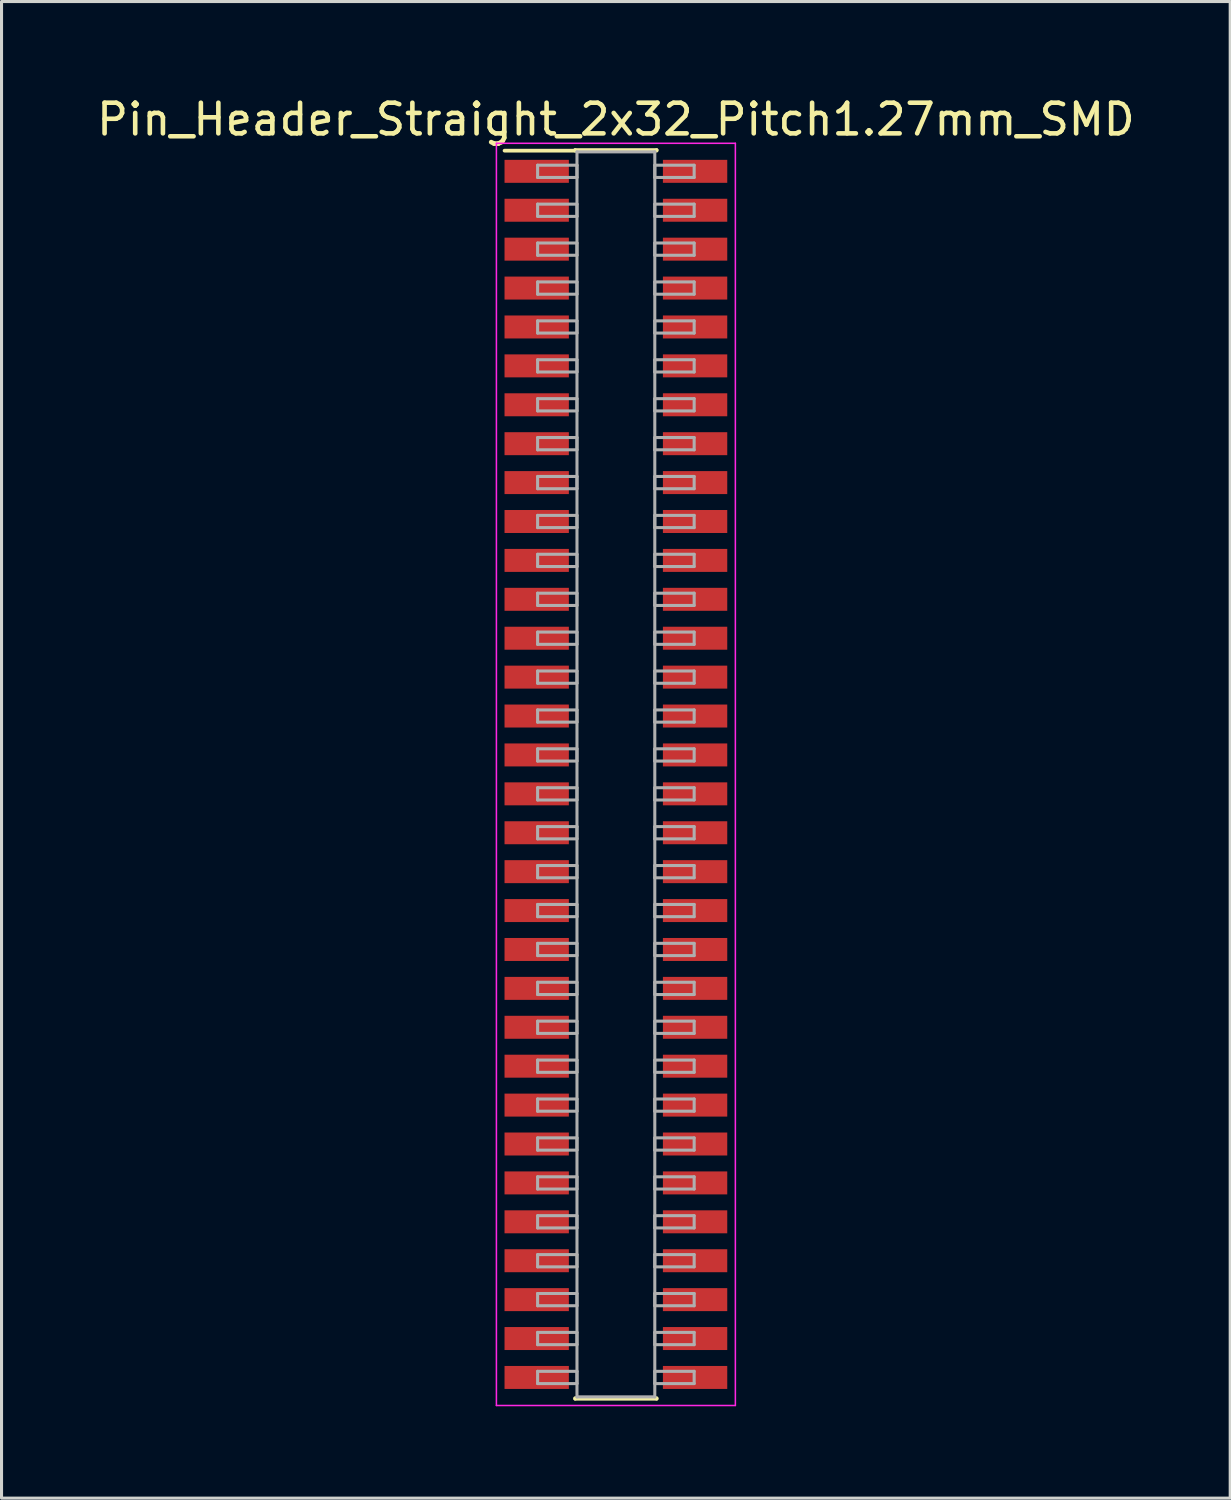
<source format=kicad_pcb>
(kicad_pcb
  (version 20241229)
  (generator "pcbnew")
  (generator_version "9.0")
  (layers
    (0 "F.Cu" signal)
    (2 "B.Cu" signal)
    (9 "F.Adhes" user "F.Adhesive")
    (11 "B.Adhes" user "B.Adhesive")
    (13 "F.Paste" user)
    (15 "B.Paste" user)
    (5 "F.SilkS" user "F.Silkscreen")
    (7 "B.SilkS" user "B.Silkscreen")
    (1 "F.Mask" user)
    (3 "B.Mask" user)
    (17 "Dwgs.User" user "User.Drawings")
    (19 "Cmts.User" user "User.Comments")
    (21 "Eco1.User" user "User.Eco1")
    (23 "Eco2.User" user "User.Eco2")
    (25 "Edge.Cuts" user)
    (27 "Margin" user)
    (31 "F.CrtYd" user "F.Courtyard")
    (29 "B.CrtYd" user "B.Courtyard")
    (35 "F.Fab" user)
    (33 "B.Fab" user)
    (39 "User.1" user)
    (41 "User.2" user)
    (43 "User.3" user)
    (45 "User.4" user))
  (footprint "Pin_Header_Straight_2x32_Pitch1.27mm_SMD"
    (layer "F.Cu")
    (at 17.054 22.228)
    (property "Reference" "Pin_Header_Straight_2x32_Pitch1.27mm_SMD" (at 0 -21.38 0) (layer "F.SilkS") (effects (font (size 1 1) (thickness 0.15))))
    (attr smd)
    (fp_line (start -3.635 -20.36) (end -1.33 -20.36) (stroke (width 0.12) (type solid)) (layer "F.SilkS"))
    (fp_line (start -1.33 -20.38) (end 1.33 -20.38) (stroke (width 0.12) (type solid)) (layer "F.SilkS"))
    (fp_line (start -1.33 -20.36) (end -1.33 -20.38) (stroke (width 0.12) (type solid)) (layer "F.SilkS"))
    (fp_line (start -1.33 20.36) (end -1.33 20.38) (stroke (width 0.12) (type solid)) (layer "F.SilkS"))
    (fp_line (start -1.33 20.38) (end 1.33 20.38) (stroke (width 0.12) (type solid)) (layer "F.SilkS"))
    (fp_line (start 1.33 -20.38) (end 1.33 -20.36) (stroke (width 0.12) (type solid)) (layer "F.SilkS"))
    (fp_line (start 1.33 20.38) (end 1.33 20.36) (stroke (width 0.12) (type solid)) (layer "F.SilkS"))
    (fp_line (start -3.9 -20.6) (end -3.9 20.6) (stroke (width 0.05) (type solid)) (layer "F.CrtYd"))
    (fp_line (start -3.9 20.6) (end 3.9 20.6) (stroke (width 0.05) (type solid)) (layer "F.CrtYd"))
    (fp_line (start 3.9 -20.6) (end -3.9 -20.6) (stroke (width 0.05) (type solid)) (layer "F.CrtYd"))
    (fp_line (start 3.9 20.6) (end 3.9 -20.6) (stroke (width 0.05) (type solid)) (layer "F.CrtYd"))
    (fp_line (start -2.555 -19.885) (end -1.27 -19.885) (stroke (width 0.1) (type solid)) (layer "F.Fab"))
    (fp_line (start -2.555 -19.485) (end -2.555 -19.885) (stroke (width 0.1) (type solid)) (layer "F.Fab"))
    (fp_line (start -2.555 -18.615) (end -1.27 -18.615) (stroke (width 0.1) (type solid)) (layer "F.Fab"))
    (fp_line (start -2.555 -18.215) (end -2.555 -18.615) (stroke (width 0.1) (type solid)) (layer "F.Fab"))
    (fp_line (start -2.555 -17.345) (end -1.27 -17.345) (stroke (width 0.1) (type solid)) (layer "F.Fab"))
    (fp_line (start -2.555 -16.945) (end -2.555 -17.345) (stroke (width 0.1) (type solid)) (layer "F.Fab"))
    (fp_line (start -2.555 -16.075) (end -1.27 -16.075) (stroke (width 0.1) (type solid)) (layer "F.Fab"))
    (fp_line (start -2.555 -15.675) (end -2.555 -16.075) (stroke (width 0.1) (type solid)) (layer "F.Fab"))
    (fp_line (start -2.555 -14.805) (end -1.27 -14.805) (stroke (width 0.1) (type solid)) (layer "F.Fab"))
    (fp_line (start -2.555 -14.405) (end -2.555 -14.805) (stroke (width 0.1) (type solid)) (layer "F.Fab"))
    (fp_line (start -2.555 -13.535) (end -1.27 -13.535) (stroke (width 0.1) (type solid)) (layer "F.Fab"))
    (fp_line (start -2.555 -13.135) (end -2.555 -13.535) (stroke (width 0.1) (type solid)) (layer "F.Fab"))
    (fp_line (start -2.555 -12.265) (end -1.27 -12.265) (stroke (width 0.1) (type solid)) (layer "F.Fab"))
    (fp_line (start -2.555 -11.865) (end -2.555 -12.265) (stroke (width 0.1) (type solid)) (layer "F.Fab"))
    (fp_line (start -2.555 -10.995) (end -1.27 -10.995) (stroke (width 0.1) (type solid)) (layer "F.Fab"))
    (fp_line (start -2.555 -10.595) (end -2.555 -10.995) (stroke (width 0.1) (type solid)) (layer "F.Fab"))
    (fp_line (start -2.555 -9.725) (end -1.27 -9.725) (stroke (width 0.1) (type solid)) (layer "F.Fab"))
    (fp_line (start -2.555 -9.325) (end -2.555 -9.725) (stroke (width 0.1) (type solid)) (layer "F.Fab"))
    (fp_line (start -2.555 -8.455) (end -1.27 -8.455) (stroke (width 0.1) (type solid)) (layer "F.Fab"))
    (fp_line (start -2.555 -8.055) (end -2.555 -8.455) (stroke (width 0.1) (type solid)) (layer "F.Fab"))
    (fp_line (start -2.555 -7.185) (end -1.27 -7.185) (stroke (width 0.1) (type solid)) (layer "F.Fab"))
    (fp_line (start -2.555 -6.785) (end -2.555 -7.185) (stroke (width 0.1) (type solid)) (layer "F.Fab"))
    (fp_line (start -2.555 -5.915) (end -1.27 -5.915) (stroke (width 0.1) (type solid)) (layer "F.Fab"))
    (fp_line (start -2.555 -5.515) (end -2.555 -5.915) (stroke (width 0.1) (type solid)) (layer "F.Fab"))
    (fp_line (start -2.555 -4.645) (end -1.27 -4.645) (stroke (width 0.1) (type solid)) (layer "F.Fab"))
    (fp_line (start -2.555 -4.245) (end -2.555 -4.645) (stroke (width 0.1) (type solid)) (layer "F.Fab"))
    (fp_line (start -2.555 -3.375) (end -1.27 -3.375) (stroke (width 0.1) (type solid)) (layer "F.Fab"))
    (fp_line (start -2.555 -2.975) (end -2.555 -3.375) (stroke (width 0.1) (type solid)) (layer "F.Fab"))
    (fp_line (start -2.555 -2.105) (end -1.27 -2.105) (stroke (width 0.1) (type solid)) (layer "F.Fab"))
    (fp_line (start -2.555 -1.705) (end -2.555 -2.105) (stroke (width 0.1) (type solid)) (layer "F.Fab"))
    (fp_line (start -2.555 -0.835) (end -1.27 -0.835) (stroke (width 0.1) (type solid)) (layer "F.Fab"))
    (fp_line (start -2.555 -0.435) (end -2.555 -0.835) (stroke (width 0.1) (type solid)) (layer "F.Fab"))
    (fp_line (start -2.555 0.435) (end -1.27 0.435) (stroke (width 0.1) (type solid)) (layer "F.Fab"))
    (fp_line (start -2.555 0.835) (end -2.555 0.435) (stroke (width 0.1) (type solid)) (layer "F.Fab"))
    (fp_line (start -2.555 1.705) (end -1.27 1.705) (stroke (width 0.1) (type solid)) (layer "F.Fab"))
    (fp_line (start -2.555 2.105) (end -2.555 1.705) (stroke (width 0.1) (type solid)) (layer "F.Fab"))
    (fp_line (start -2.555 2.975) (end -1.27 2.975) (stroke (width 0.1) (type solid)) (layer "F.Fab"))
    (fp_line (start -2.555 3.375) (end -2.555 2.975) (stroke (width 0.1) (type solid)) (layer "F.Fab"))
    (fp_line (start -2.555 4.245) (end -1.27 4.245) (stroke (width 0.1) (type solid)) (layer "F.Fab"))
    (fp_line (start -2.555 4.645) (end -2.555 4.245) (stroke (width 0.1) (type solid)) (layer "F.Fab"))
    (fp_line (start -2.555 5.515) (end -1.27 5.515) (stroke (width 0.1) (type solid)) (layer "F.Fab"))
    (fp_line (start -2.555 5.915) (end -2.555 5.515) (stroke (width 0.1) (type solid)) (layer "F.Fab"))
    (fp_line (start -2.555 6.785) (end -1.27 6.785) (stroke (width 0.1) (type solid)) (layer "F.Fab"))
    (fp_line (start -2.555 7.185) (end -2.555 6.785) (stroke (width 0.1) (type solid)) (layer "F.Fab"))
    (fp_line (start -2.555 8.055) (end -1.27 8.055) (stroke (width 0.1) (type solid)) (layer "F.Fab"))
    (fp_line (start -2.555 8.455) (end -2.555 8.055) (stroke (width 0.1) (type solid)) (layer "F.Fab"))
    (fp_line (start -2.555 9.325) (end -1.27 9.325) (stroke (width 0.1) (type solid)) (layer "F.Fab"))
    (fp_line (start -2.555 9.725) (end -2.555 9.325) (stroke (width 0.1) (type solid)) (layer "F.Fab"))
    (fp_line (start -2.555 10.595) (end -1.27 10.595) (stroke (width 0.1) (type solid)) (layer "F.Fab"))
    (fp_line (start -2.555 10.995) (end -2.555 10.595) (stroke (width 0.1) (type solid)) (layer "F.Fab"))
    (fp_line (start -2.555 11.865) (end -1.27 11.865) (stroke (width 0.1) (type solid)) (layer "F.Fab"))
    (fp_line (start -2.555 12.265) (end -2.555 11.865) (stroke (width 0.1) (type solid)) (layer "F.Fab"))
    (fp_line (start -2.555 13.135) (end -1.27 13.135) (stroke (width 0.1) (type solid)) (layer "F.Fab"))
    (fp_line (start -2.555 13.535) (end -2.555 13.135) (stroke (width 0.1) (type solid)) (layer "F.Fab"))
    (fp_line (start -2.555 14.405) (end -1.27 14.405) (stroke (width 0.1) (type solid)) (layer "F.Fab"))
    (fp_line (start -2.555 14.805) (end -2.555 14.405) (stroke (width 0.1) (type solid)) (layer "F.Fab"))
    (fp_line (start -2.555 15.675) (end -1.27 15.675) (stroke (width 0.1) (type solid)) (layer "F.Fab"))
    (fp_line (start -2.555 16.075) (end -2.555 15.675) (stroke (width 0.1) (type solid)) (layer "F.Fab"))
    (fp_line (start -2.555 16.945) (end -1.27 16.945) (stroke (width 0.1) (type solid)) (layer "F.Fab"))
    (fp_line (start -2.555 17.345) (end -2.555 16.945) (stroke (width 0.1) (type solid)) (layer "F.Fab"))
    (fp_line (start -2.555 18.215) (end -1.27 18.215) (stroke (width 0.1) (type solid)) (layer "F.Fab"))
    (fp_line (start -2.555 18.615) (end -2.555 18.215) (stroke (width 0.1) (type solid)) (layer "F.Fab"))
    (fp_line (start -2.555 19.485) (end -1.27 19.485) (stroke (width 0.1) (type solid)) (layer "F.Fab"))
    (fp_line (start -2.555 19.885) (end -2.555 19.485) (stroke (width 0.1) (type solid)) (layer "F.Fab"))
    (fp_line (start -1.27 -20.32) (end -1.27 20.32) (stroke (width 0.1) (type solid)) (layer "F.Fab"))
    (fp_line (start -1.27 -19.885) (end -1.27 -19.485) (stroke (width 0.1) (type solid)) (layer "F.Fab"))
    (fp_line (start -1.27 -19.485) (end -2.555 -19.485) (stroke (width 0.1) (type solid)) (layer "F.Fab"))
    (fp_line (start -1.27 -18.615) (end -1.27 -18.215) (stroke (width 0.1) (type solid)) (layer "F.Fab"))
    (fp_line (start -1.27 -18.215) (end -2.555 -18.215) (stroke (width 0.1) (type solid)) (layer "F.Fab"))
    (fp_line (start -1.27 -17.345) (end -1.27 -16.945) (stroke (width 0.1) (type solid)) (layer "F.Fab"))
    (fp_line (start -1.27 -16.945) (end -2.555 -16.945) (stroke (width 0.1) (type solid)) (layer "F.Fab"))
    (fp_line (start -1.27 -16.075) (end -1.27 -15.675) (stroke (width 0.1) (type solid)) (layer "F.Fab"))
    (fp_line (start -1.27 -15.675) (end -2.555 -15.675) (stroke (width 0.1) (type solid)) (layer "F.Fab"))
    (fp_line (start -1.27 -14.805) (end -1.27 -14.405) (stroke (width 0.1) (type solid)) (layer "F.Fab"))
    (fp_line (start -1.27 -14.405) (end -2.555 -14.405) (stroke (width 0.1) (type solid)) (layer "F.Fab"))
    (fp_line (start -1.27 -13.535) (end -1.27 -13.135) (stroke (width 0.1) (type solid)) (layer "F.Fab"))
    (fp_line (start -1.27 -13.135) (end -2.555 -13.135) (stroke (width 0.1) (type solid)) (layer "F.Fab"))
    (fp_line (start -1.27 -12.265) (end -1.27 -11.865) (stroke (width 0.1) (type solid)) (layer "F.Fab"))
    (fp_line (start -1.27 -11.865) (end -2.555 -11.865) (stroke (width 0.1) (type solid)) (layer "F.Fab"))
    (fp_line (start -1.27 -10.995) (end -1.27 -10.595) (stroke (width 0.1) (type solid)) (layer "F.Fab"))
    (fp_line (start -1.27 -10.595) (end -2.555 -10.595) (stroke (width 0.1) (type solid)) (layer "F.Fab"))
    (fp_line (start -1.27 -9.725) (end -1.27 -9.325) (stroke (width 0.1) (type solid)) (layer "F.Fab"))
    (fp_line (start -1.27 -9.325) (end -2.555 -9.325) (stroke (width 0.1) (type solid)) (layer "F.Fab"))
    (fp_line (start -1.27 -8.455) (end -1.27 -8.055) (stroke (width 0.1) (type solid)) (layer "F.Fab"))
    (fp_line (start -1.27 -8.055) (end -2.555 -8.055) (stroke (width 0.1) (type solid)) (layer "F.Fab"))
    (fp_line (start -1.27 -7.185) (end -1.27 -6.785) (stroke (width 0.1) (type solid)) (layer "F.Fab"))
    (fp_line (start -1.27 -6.785) (end -2.555 -6.785) (stroke (width 0.1) (type solid)) (layer "F.Fab"))
    (fp_line (start -1.27 -5.915) (end -1.27 -5.515) (stroke (width 0.1) (type solid)) (layer "F.Fab"))
    (fp_line (start -1.27 -5.515) (end -2.555 -5.515) (stroke (width 0.1) (type solid)) (layer "F.Fab"))
    (fp_line (start -1.27 -4.645) (end -1.27 -4.245) (stroke (width 0.1) (type solid)) (layer "F.Fab"))
    (fp_line (start -1.27 -4.245) (end -2.555 -4.245) (stroke (width 0.1) (type solid)) (layer "F.Fab"))
    (fp_line (start -1.27 -3.375) (end -1.27 -2.975) (stroke (width 0.1) (type solid)) (layer "F.Fab"))
    (fp_line (start -1.27 -2.975) (end -2.555 -2.975) (stroke (width 0.1) (type solid)) (layer "F.Fab"))
    (fp_line (start -1.27 -2.105) (end -1.27 -1.705) (stroke (width 0.1) (type solid)) (layer "F.Fab"))
    (fp_line (start -1.27 -1.705) (end -2.555 -1.705) (stroke (width 0.1) (type solid)) (layer "F.Fab"))
    (fp_line (start -1.27 -0.835) (end -1.27 -0.435) (stroke (width 0.1) (type solid)) (layer "F.Fab"))
    (fp_line (start -1.27 -0.435) (end -2.555 -0.435) (stroke (width 0.1) (type solid)) (layer "F.Fab"))
    (fp_line (start -1.27 0.435) (end -1.27 0.835) (stroke (width 0.1) (type solid)) (layer "F.Fab"))
    (fp_line (start -1.27 0.835) (end -2.555 0.835) (stroke (width 0.1) (type solid)) (layer "F.Fab"))
    (fp_line (start -1.27 1.705) (end -1.27 2.105) (stroke (width 0.1) (type solid)) (layer "F.Fab"))
    (fp_line (start -1.27 2.105) (end -2.555 2.105) (stroke (width 0.1) (type solid)) (layer "F.Fab"))
    (fp_line (start -1.27 2.975) (end -1.27 3.375) (stroke (width 0.1) (type solid)) (layer "F.Fab"))
    (fp_line (start -1.27 3.375) (end -2.555 3.375) (stroke (width 0.1) (type solid)) (layer "F.Fab"))
    (fp_line (start -1.27 4.245) (end -1.27 4.645) (stroke (width 0.1) (type solid)) (layer "F.Fab"))
    (fp_line (start -1.27 4.645) (end -2.555 4.645) (stroke (width 0.1) (type solid)) (layer "F.Fab"))
    (fp_line (start -1.27 5.515) (end -1.27 5.915) (stroke (width 0.1) (type solid)) (layer "F.Fab"))
    (fp_line (start -1.27 5.915) (end -2.555 5.915) (stroke (width 0.1) (type solid)) (layer "F.Fab"))
    (fp_line (start -1.27 6.785) (end -1.27 7.185) (stroke (width 0.1) (type solid)) (layer "F.Fab"))
    (fp_line (start -1.27 7.185) (end -2.555 7.185) (stroke (width 0.1) (type solid)) (layer "F.Fab"))
    (fp_line (start -1.27 8.055) (end -1.27 8.455) (stroke (width 0.1) (type solid)) (layer "F.Fab"))
    (fp_line (start -1.27 8.455) (end -2.555 8.455) (stroke (width 0.1) (type solid)) (layer "F.Fab"))
    (fp_line (start -1.27 9.325) (end -1.27 9.725) (stroke (width 0.1) (type solid)) (layer "F.Fab"))
    (fp_line (start -1.27 9.725) (end -2.555 9.725) (stroke (width 0.1) (type solid)) (layer "F.Fab"))
    (fp_line (start -1.27 10.595) (end -1.27 10.995) (stroke (width 0.1) (type solid)) (layer "F.Fab"))
    (fp_line (start -1.27 10.995) (end -2.555 10.995) (stroke (width 0.1) (type solid)) (layer "F.Fab"))
    (fp_line (start -1.27 11.865) (end -1.27 12.265) (stroke (width 0.1) (type solid)) (layer "F.Fab"))
    (fp_line (start -1.27 12.265) (end -2.555 12.265) (stroke (width 0.1) (type solid)) (layer "F.Fab"))
    (fp_line (start -1.27 13.135) (end -1.27 13.535) (stroke (width 0.1) (type solid)) (layer "F.Fab"))
    (fp_line (start -1.27 13.535) (end -2.555 13.535) (stroke (width 0.1) (type solid)) (layer "F.Fab"))
    (fp_line (start -1.27 14.405) (end -1.27 14.805) (stroke (width 0.1) (type solid)) (layer "F.Fab"))
    (fp_line (start -1.27 14.805) (end -2.555 14.805) (stroke (width 0.1) (type solid)) (layer "F.Fab"))
    (fp_line (start -1.27 15.675) (end -1.27 16.075) (stroke (width 0.1) (type solid)) (layer "F.Fab"))
    (fp_line (start -1.27 16.075) (end -2.555 16.075) (stroke (width 0.1) (type solid)) (layer "F.Fab"))
    (fp_line (start -1.27 16.945) (end -1.27 17.345) (stroke (width 0.1) (type solid)) (layer "F.Fab"))
    (fp_line (start -1.27 17.345) (end -2.555 17.345) (stroke (width 0.1) (type solid)) (layer "F.Fab"))
    (fp_line (start -1.27 18.215) (end -1.27 18.615) (stroke (width 0.1) (type solid)) (layer "F.Fab"))
    (fp_line (start -1.27 18.615) (end -2.555 18.615) (stroke (width 0.1) (type solid)) (layer "F.Fab"))
    (fp_line (start -1.27 19.485) (end -1.27 19.885) (stroke (width 0.1) (type solid)) (layer "F.Fab"))
    (fp_line (start -1.27 19.885) (end -2.555 19.885) (stroke (width 0.1) (type solid)) (layer "F.Fab"))
    (fp_line (start -1.27 20.32) (end 1.27 20.32) (stroke (width 0.1) (type solid)) (layer "F.Fab"))
    (fp_line (start 1.27 -20.32) (end -1.27 -20.32) (stroke (width 0.1) (type solid)) (layer "F.Fab"))
    (fp_line (start 1.27 -19.885) (end 1.27 -19.485) (stroke (width 0.1) (type solid)) (layer "F.Fab"))
    (fp_line (start 1.27 -19.485) (end 2.555 -19.485) (stroke (width 0.1) (type solid)) (layer "F.Fab"))
    (fp_line (start 1.27 -18.615) (end 1.27 -18.215) (stroke (width 0.1) (type solid)) (layer "F.Fab"))
    (fp_line (start 1.27 -18.215) (end 2.555 -18.215) (stroke (width 0.1) (type solid)) (layer "F.Fab"))
    (fp_line (start 1.27 -17.345) (end 1.27 -16.945) (stroke (width 0.1) (type solid)) (layer "F.Fab"))
    (fp_line (start 1.27 -16.945) (end 2.555 -16.945) (stroke (width 0.1) (type solid)) (layer "F.Fab"))
    (fp_line (start 1.27 -16.075) (end 1.27 -15.675) (stroke (width 0.1) (type solid)) (layer "F.Fab"))
    (fp_line (start 1.27 -15.675) (end 2.555 -15.675) (stroke (width 0.1) (type solid)) (layer "F.Fab"))
    (fp_line (start 1.27 -14.805) (end 1.27 -14.405) (stroke (width 0.1) (type solid)) (layer "F.Fab"))
    (fp_line (start 1.27 -14.405) (end 2.555 -14.405) (stroke (width 0.1) (type solid)) (layer "F.Fab"))
    (fp_line (start 1.27 -13.535) (end 1.27 -13.135) (stroke (width 0.1) (type solid)) (layer "F.Fab"))
    (fp_line (start 1.27 -13.135) (end 2.555 -13.135) (stroke (width 0.1) (type solid)) (layer "F.Fab"))
    (fp_line (start 1.27 -12.265) (end 1.27 -11.865) (stroke (width 0.1) (type solid)) (layer "F.Fab"))
    (fp_line (start 1.27 -11.865) (end 2.555 -11.865) (stroke (width 0.1) (type solid)) (layer "F.Fab"))
    (fp_line (start 1.27 -10.995) (end 1.27 -10.595) (stroke (width 0.1) (type solid)) (layer "F.Fab"))
    (fp_line (start 1.27 -10.595) (end 2.555 -10.595) (stroke (width 0.1) (type solid)) (layer "F.Fab"))
    (fp_line (start 1.27 -9.725) (end 1.27 -9.325) (stroke (width 0.1) (type solid)) (layer "F.Fab"))
    (fp_line (start 1.27 -9.325) (end 2.555 -9.325) (stroke (width 0.1) (type solid)) (layer "F.Fab"))
    (fp_line (start 1.27 -8.455) (end 1.27 -8.055) (stroke (width 0.1) (type solid)) (layer "F.Fab"))
    (fp_line (start 1.27 -8.055) (end 2.555 -8.055) (stroke (width 0.1) (type solid)) (layer "F.Fab"))
    (fp_line (start 1.27 -7.185) (end 1.27 -6.785) (stroke (width 0.1) (type solid)) (layer "F.Fab"))
    (fp_line (start 1.27 -6.785) (end 2.555 -6.785) (stroke (width 0.1) (type solid)) (layer "F.Fab"))
    (fp_line (start 1.27 -5.915) (end 1.27 -5.515) (stroke (width 0.1) (type solid)) (layer "F.Fab"))
    (fp_line (start 1.27 -5.515) (end 2.555 -5.515) (stroke (width 0.1) (type solid)) (layer "F.Fab"))
    (fp_line (start 1.27 -4.645) (end 1.27 -4.245) (stroke (width 0.1) (type solid)) (layer "F.Fab"))
    (fp_line (start 1.27 -4.245) (end 2.555 -4.245) (stroke (width 0.1) (type solid)) (layer "F.Fab"))
    (fp_line (start 1.27 -3.375) (end 1.27 -2.975) (stroke (width 0.1) (type solid)) (layer "F.Fab"))
    (fp_line (start 1.27 -2.975) (end 2.555 -2.975) (stroke (width 0.1) (type solid)) (layer "F.Fab"))
    (fp_line (start 1.27 -2.105) (end 1.27 -1.705) (stroke (width 0.1) (type solid)) (layer "F.Fab"))
    (fp_line (start 1.27 -1.705) (end 2.555 -1.705) (stroke (width 0.1) (type solid)) (layer "F.Fab"))
    (fp_line (start 1.27 -0.835) (end 1.27 -0.435) (stroke (width 0.1) (type solid)) (layer "F.Fab"))
    (fp_line (start 1.27 -0.435) (end 2.555 -0.435) (stroke (width 0.1) (type solid)) (layer "F.Fab"))
    (fp_line (start 1.27 0.435) (end 1.27 0.835) (stroke (width 0.1) (type solid)) (layer "F.Fab"))
    (fp_line (start 1.27 0.835) (end 2.555 0.835) (stroke (width 0.1) (type solid)) (layer "F.Fab"))
    (fp_line (start 1.27 1.705) (end 1.27 2.105) (stroke (width 0.1) (type solid)) (layer "F.Fab"))
    (fp_line (start 1.27 2.105) (end 2.555 2.105) (stroke (width 0.1) (type solid)) (layer "F.Fab"))
    (fp_line (start 1.27 2.975) (end 1.27 3.375) (stroke (width 0.1) (type solid)) (layer "F.Fab"))
    (fp_line (start 1.27 3.375) (end 2.555 3.375) (stroke (width 0.1) (type solid)) (layer "F.Fab"))
    (fp_line (start 1.27 4.245) (end 1.27 4.645) (stroke (width 0.1) (type solid)) (layer "F.Fab"))
    (fp_line (start 1.27 4.645) (end 2.555 4.645) (stroke (width 0.1) (type solid)) (layer "F.Fab"))
    (fp_line (start 1.27 5.515) (end 1.27 5.915) (stroke (width 0.1) (type solid)) (layer "F.Fab"))
    (fp_line (start 1.27 5.915) (end 2.555 5.915) (stroke (width 0.1) (type solid)) (layer "F.Fab"))
    (fp_line (start 1.27 6.785) (end 1.27 7.185) (stroke (width 0.1) (type solid)) (layer "F.Fab"))
    (fp_line (start 1.27 7.185) (end 2.555 7.185) (stroke (width 0.1) (type solid)) (layer "F.Fab"))
    (fp_line (start 1.27 8.055) (end 1.27 8.455) (stroke (width 0.1) (type solid)) (layer "F.Fab"))
    (fp_line (start 1.27 8.455) (end 2.555 8.455) (stroke (width 0.1) (type solid)) (layer "F.Fab"))
    (fp_line (start 1.27 9.325) (end 1.27 9.725) (stroke (width 0.1) (type solid)) (layer "F.Fab"))
    (fp_line (start 1.27 9.725) (end 2.555 9.725) (stroke (width 0.1) (type solid)) (layer "F.Fab"))
    (fp_line (start 1.27 10.595) (end 1.27 10.995) (stroke (width 0.1) (type solid)) (layer "F.Fab"))
    (fp_line (start 1.27 10.995) (end 2.555 10.995) (stroke (width 0.1) (type solid)) (layer "F.Fab"))
    (fp_line (start 1.27 11.865) (end 1.27 12.265) (stroke (width 0.1) (type solid)) (layer "F.Fab"))
    (fp_line (start 1.27 12.265) (end 2.555 12.265) (stroke (width 0.1) (type solid)) (layer "F.Fab"))
    (fp_line (start 1.27 13.135) (end 1.27 13.535) (stroke (width 0.1) (type solid)) (layer "F.Fab"))
    (fp_line (start 1.27 13.535) (end 2.555 13.535) (stroke (width 0.1) (type solid)) (layer "F.Fab"))
    (fp_line (start 1.27 14.405) (end 1.27 14.805) (stroke (width 0.1) (type solid)) (layer "F.Fab"))
    (fp_line (start 1.27 14.805) (end 2.555 14.805) (stroke (width 0.1) (type solid)) (layer "F.Fab"))
    (fp_line (start 1.27 15.675) (end 1.27 16.075) (stroke (width 0.1) (type solid)) (layer "F.Fab"))
    (fp_line (start 1.27 16.075) (end 2.555 16.075) (stroke (width 0.1) (type solid)) (layer "F.Fab"))
    (fp_line (start 1.27 16.945) (end 1.27 17.345) (stroke (width 0.1) (type solid)) (layer "F.Fab"))
    (fp_line (start 1.27 17.345) (end 2.555 17.345) (stroke (width 0.1) (type solid)) (layer "F.Fab"))
    (fp_line (start 1.27 18.215) (end 1.27 18.615) (stroke (width 0.1) (type solid)) (layer "F.Fab"))
    (fp_line (start 1.27 18.615) (end 2.555 18.615) (stroke (width 0.1) (type solid)) (layer "F.Fab"))
    (fp_line (start 1.27 19.485) (end 1.27 19.885) (stroke (width 0.1) (type solid)) (layer "F.Fab"))
    (fp_line (start 1.27 19.885) (end 2.555 19.885) (stroke (width 0.1) (type solid)) (layer "F.Fab"))
    (fp_line (start 1.27 20.32) (end 1.27 -20.32) (stroke (width 0.1) (type solid)) (layer "F.Fab"))
    (fp_line (start 2.555 -19.885) (end 1.27 -19.885) (stroke (width 0.1) (type solid)) (layer "F.Fab"))
    (fp_line (start 2.555 -19.485) (end 2.555 -19.885) (stroke (width 0.1) (type solid)) (layer "F.Fab"))
    (fp_line (start 2.555 -18.615) (end 1.27 -18.615) (stroke (width 0.1) (type solid)) (layer "F.Fab"))
    (fp_line (start 2.555 -18.215) (end 2.555 -18.615) (stroke (width 0.1) (type solid)) (layer "F.Fab"))
    (fp_line (start 2.555 -17.345) (end 1.27 -17.345) (stroke (width 0.1) (type solid)) (layer "F.Fab"))
    (fp_line (start 2.555 -16.945) (end 2.555 -17.345) (stroke (width 0.1) (type solid)) (layer "F.Fab"))
    (fp_line (start 2.555 -16.075) (end 1.27 -16.075) (stroke (width 0.1) (type solid)) (layer "F.Fab"))
    (fp_line (start 2.555 -15.675) (end 2.555 -16.075) (stroke (width 0.1) (type solid)) (layer "F.Fab"))
    (fp_line (start 2.555 -14.805) (end 1.27 -14.805) (stroke (width 0.1) (type solid)) (layer "F.Fab"))
    (fp_line (start 2.555 -14.405) (end 2.555 -14.805) (stroke (width 0.1) (type solid)) (layer "F.Fab"))
    (fp_line (start 2.555 -13.535) (end 1.27 -13.535) (stroke (width 0.1) (type solid)) (layer "F.Fab"))
    (fp_line (start 2.555 -13.135) (end 2.555 -13.535) (stroke (width 0.1) (type solid)) (layer "F.Fab"))
    (fp_line (start 2.555 -12.265) (end 1.27 -12.265) (stroke (width 0.1) (type solid)) (layer "F.Fab"))
    (fp_line (start 2.555 -11.865) (end 2.555 -12.265) (stroke (width 0.1) (type solid)) (layer "F.Fab"))
    (fp_line (start 2.555 -10.995) (end 1.27 -10.995) (stroke (width 0.1) (type solid)) (layer "F.Fab"))
    (fp_line (start 2.555 -10.595) (end 2.555 -10.995) (stroke (width 0.1) (type solid)) (layer "F.Fab"))
    (fp_line (start 2.555 -9.725) (end 1.27 -9.725) (stroke (width 0.1) (type solid)) (layer "F.Fab"))
    (fp_line (start 2.555 -9.325) (end 2.555 -9.725) (stroke (width 0.1) (type solid)) (layer "F.Fab"))
    (fp_line (start 2.555 -8.455) (end 1.27 -8.455) (stroke (width 0.1) (type solid)) (layer "F.Fab"))
    (fp_line (start 2.555 -8.055) (end 2.555 -8.455) (stroke (width 0.1) (type solid)) (layer "F.Fab"))
    (fp_line (start 2.555 -7.185) (end 1.27 -7.185) (stroke (width 0.1) (type solid)) (layer "F.Fab"))
    (fp_line (start 2.555 -6.785) (end 2.555 -7.185) (stroke (width 0.1) (type solid)) (layer "F.Fab"))
    (fp_line (start 2.555 -5.915) (end 1.27 -5.915) (stroke (width 0.1) (type solid)) (layer "F.Fab"))
    (fp_line (start 2.555 -5.515) (end 2.555 -5.915) (stroke (width 0.1) (type solid)) (layer "F.Fab"))
    (fp_line (start 2.555 -4.645) (end 1.27 -4.645) (stroke (width 0.1) (type solid)) (layer "F.Fab"))
    (fp_line (start 2.555 -4.245) (end 2.555 -4.645) (stroke (width 0.1) (type solid)) (layer "F.Fab"))
    (fp_line (start 2.555 -3.375) (end 1.27 -3.375) (stroke (width 0.1) (type solid)) (layer "F.Fab"))
    (fp_line (start 2.555 -2.975) (end 2.555 -3.375) (stroke (width 0.1) (type solid)) (layer "F.Fab"))
    (fp_line (start 2.555 -2.105) (end 1.27 -2.105) (stroke (width 0.1) (type solid)) (layer "F.Fab"))
    (fp_line (start 2.555 -1.705) (end 2.555 -2.105) (stroke (width 0.1) (type solid)) (layer "F.Fab"))
    (fp_line (start 2.555 -0.835) (end 1.27 -0.835) (stroke (width 0.1) (type solid)) (layer "F.Fab"))
    (fp_line (start 2.555 -0.435) (end 2.555 -0.835) (stroke (width 0.1) (type solid)) (layer "F.Fab"))
    (fp_line (start 2.555 0.435) (end 1.27 0.435) (stroke (width 0.1) (type solid)) (layer "F.Fab"))
    (fp_line (start 2.555 0.835) (end 2.555 0.435) (stroke (width 0.1) (type solid)) (layer "F.Fab"))
    (fp_line (start 2.555 1.705) (end 1.27 1.705) (stroke (width 0.1) (type solid)) (layer "F.Fab"))
    (fp_line (start 2.555 2.105) (end 2.555 1.705) (stroke (width 0.1) (type solid)) (layer "F.Fab"))
    (fp_line (start 2.555 2.975) (end 1.27 2.975) (stroke (width 0.1) (type solid)) (layer "F.Fab"))
    (fp_line (start 2.555 3.375) (end 2.555 2.975) (stroke (width 0.1) (type solid)) (layer "F.Fab"))
    (fp_line (start 2.555 4.245) (end 1.27 4.245) (stroke (width 0.1) (type solid)) (layer "F.Fab"))
    (fp_line (start 2.555 4.645) (end 2.555 4.245) (stroke (width 0.1) (type solid)) (layer "F.Fab"))
    (fp_line (start 2.555 5.515) (end 1.27 5.515) (stroke (width 0.1) (type solid)) (layer "F.Fab"))
    (fp_line (start 2.555 5.915) (end 2.555 5.515) (stroke (width 0.1) (type solid)) (layer "F.Fab"))
    (fp_line (start 2.555 6.785) (end 1.27 6.785) (stroke (width 0.1) (type solid)) (layer "F.Fab"))
    (fp_line (start 2.555 7.185) (end 2.555 6.785) (stroke (width 0.1) (type solid)) (layer "F.Fab"))
    (fp_line (start 2.555 8.055) (end 1.27 8.055) (stroke (width 0.1) (type solid)) (layer "F.Fab"))
    (fp_line (start 2.555 8.455) (end 2.555 8.055) (stroke (width 0.1) (type solid)) (layer "F.Fab"))
    (fp_line (start 2.555 9.325) (end 1.27 9.325) (stroke (width 0.1) (type solid)) (layer "F.Fab"))
    (fp_line (start 2.555 9.725) (end 2.555 9.325) (stroke (width 0.1) (type solid)) (layer "F.Fab"))
    (fp_line (start 2.555 10.595) (end 1.27 10.595) (stroke (width 0.1) (type solid)) (layer "F.Fab"))
    (fp_line (start 2.555 10.995) (end 2.555 10.595) (stroke (width 0.1) (type solid)) (layer "F.Fab"))
    (fp_line (start 2.555 11.865) (end 1.27 11.865) (stroke (width 0.1) (type solid)) (layer "F.Fab"))
    (fp_line (start 2.555 12.265) (end 2.555 11.865) (stroke (width 0.1) (type solid)) (layer "F.Fab"))
    (fp_line (start 2.555 13.135) (end 1.27 13.135) (stroke (width 0.1) (type solid)) (layer "F.Fab"))
    (fp_line (start 2.555 13.535) (end 2.555 13.135) (stroke (width 0.1) (type solid)) (layer "F.Fab"))
    (fp_line (start 2.555 14.405) (end 1.27 14.405) (stroke (width 0.1) (type solid)) (layer "F.Fab"))
    (fp_line (start 2.555 14.805) (end 2.555 14.405) (stroke (width 0.1) (type solid)) (layer "F.Fab"))
    (fp_line (start 2.555 15.675) (end 1.27 15.675) (stroke (width 0.1) (type solid)) (layer "F.Fab"))
    (fp_line (start 2.555 16.075) (end 2.555 15.675) (stroke (width 0.1) (type solid)) (layer "F.Fab"))
    (fp_line (start 2.555 16.945) (end 1.27 16.945) (stroke (width 0.1) (type solid)) (layer "F.Fab"))
    (fp_line (start 2.555 17.345) (end 2.555 16.945) (stroke (width 0.1) (type solid)) (layer "F.Fab"))
    (fp_line (start 2.555 18.215) (end 1.27 18.215) (stroke (width 0.1) (type solid)) (layer "F.Fab"))
    (fp_line (start 2.555 18.615) (end 2.555 18.215) (stroke (width 0.1) (type solid)) (layer "F.Fab"))
    (fp_line (start 2.555 19.485) (end 1.27 19.485) (stroke (width 0.1) (type solid)) (layer "F.Fab"))
    (fp_line (start 2.555 19.885) (end 2.555 19.485) (stroke (width 0.1) (type solid)) (layer "F.Fab"))
    (pad "1" smd rect (at -2.585 -19.685) (size 2.1 0.75) (layers "F.Cu" "F.Mask"))
    (pad "2" smd rect (at 2.585 -19.685) (size 2.1 0.75) (layers "F.Cu" "F.Mask"))
    (pad "3" smd rect (at -2.585 -18.415) (size 2.1 0.75) (layers "F.Cu" "F.Mask"))
    (pad "4" smd rect (at 2.585 -18.415) (size 2.1 0.75) (layers "F.Cu" "F.Mask"))
    (pad "5" smd rect (at -2.585 -17.145) (size 2.1 0.75) (layers "F.Cu" "F.Mask"))
    (pad "6" smd rect (at 2.585 -17.145) (size 2.1 0.75) (layers "F.Cu" "F.Mask"))
    (pad "7" smd rect (at -2.585 -15.875) (size 2.1 0.75) (layers "F.Cu" "F.Mask"))
    (pad "8" smd rect (at 2.585 -15.875) (size 2.1 0.75) (layers "F.Cu" "F.Mask"))
    (pad "9" smd rect (at -2.585 -14.605) (size 2.1 0.75) (layers "F.Cu" "F.Mask"))
    (pad "10" smd rect (at 2.585 -14.605) (size 2.1 0.75) (layers "F.Cu" "F.Mask"))
    (pad "11" smd rect (at -2.585 -13.335) (size 2.1 0.75) (layers "F.Cu" "F.Mask"))
    (pad "12" smd rect (at 2.585 -13.335) (size 2.1 0.75) (layers "F.Cu" "F.Mask"))
    (pad "13" smd rect (at -2.585 -12.065) (size 2.1 0.75) (layers "F.Cu" "F.Mask"))
    (pad "14" smd rect (at 2.585 -12.065) (size 2.1 0.75) (layers "F.Cu" "F.Mask"))
    (pad "15" smd rect (at -2.585 -10.795) (size 2.1 0.75) (layers "F.Cu" "F.Mask"))
    (pad "16" smd rect (at 2.585 -10.795) (size 2.1 0.75) (layers "F.Cu" "F.Mask"))
    (pad "17" smd rect (at -2.585 -9.525) (size 2.1 0.75) (layers "F.Cu" "F.Mask"))
    (pad "18" smd rect (at 2.585 -9.525) (size 2.1 0.75) (layers "F.Cu" "F.Mask"))
    (pad "19" smd rect (at -2.585 -8.255) (size 2.1 0.75) (layers "F.Cu" "F.Mask"))
    (pad "20" smd rect (at 2.585 -8.255) (size 2.1 0.75) (layers "F.Cu" "F.Mask"))
    (pad "21" smd rect (at -2.585 -6.985) (size 2.1 0.75) (layers "F.Cu" "F.Mask"))
    (pad "22" smd rect (at 2.585 -6.985) (size 2.1 0.75) (layers "F.Cu" "F.Mask"))
    (pad "23" smd rect (at -2.585 -5.715) (size 2.1 0.75) (layers "F.Cu" "F.Mask"))
    (pad "24" smd rect (at 2.585 -5.715) (size 2.1 0.75) (layers "F.Cu" "F.Mask"))
    (pad "25" smd rect (at -2.585 -4.445) (size 2.1 0.75) (layers "F.Cu" "F.Mask"))
    (pad "26" smd rect (at 2.585 -4.445) (size 2.1 0.75) (layers "F.Cu" "F.Mask"))
    (pad "27" smd rect (at -2.585 -3.175) (size 2.1 0.75) (layers "F.Cu" "F.Mask"))
    (pad "28" smd rect (at 2.585 -3.175) (size 2.1 0.75) (layers "F.Cu" "F.Mask"))
    (pad "29" smd rect (at -2.585 -1.905) (size 2.1 0.75) (layers "F.Cu" "F.Mask"))
    (pad "30" smd rect (at 2.585 -1.905) (size 2.1 0.75) (layers "F.Cu" "F.Mask"))
    (pad "31" smd rect (at -2.585 -0.635) (size 2.1 0.75) (layers "F.Cu" "F.Mask"))
    (pad "32" smd rect (at 2.585 -0.635) (size 2.1 0.75) (layers "F.Cu" "F.Mask"))
    (pad "33" smd rect (at -2.585 0.635) (size 2.1 0.75) (layers "F.Cu" "F.Mask"))
    (pad "34" smd rect (at 2.585 0.635) (size 2.1 0.75) (layers "F.Cu" "F.Mask"))
    (pad "35" smd rect (at -2.585 1.905) (size 2.1 0.75) (layers "F.Cu" "F.Mask"))
    (pad "36" smd rect (at 2.585 1.905) (size 2.1 0.75) (layers "F.Cu" "F.Mask"))
    (pad "37" smd rect (at -2.585 3.175) (size 2.1 0.75) (layers "F.Cu" "F.Mask"))
    (pad "38" smd rect (at 2.585 3.175) (size 2.1 0.75) (layers "F.Cu" "F.Mask"))
    (pad "39" smd rect (at -2.585 4.445) (size 2.1 0.75) (layers "F.Cu" "F.Mask"))
    (pad "40" smd rect (at 2.585 4.445) (size 2.1 0.75) (layers "F.Cu" "F.Mask"))
    (pad "41" smd rect (at -2.585 5.715) (size 2.1 0.75) (layers "F.Cu" "F.Mask"))
    (pad "42" smd rect (at 2.585 5.715) (size 2.1 0.75) (layers "F.Cu" "F.Mask"))
    (pad "43" smd rect (at -2.585 6.985) (size 2.1 0.75) (layers "F.Cu" "F.Mask"))
    (pad "44" smd rect (at 2.585 6.985) (size 2.1 0.75) (layers "F.Cu" "F.Mask"))
    (pad "45" smd rect (at -2.585 8.255) (size 2.1 0.75) (layers "F.Cu" "F.Mask"))
    (pad "46" smd rect (at 2.585 8.255) (size 2.1 0.75) (layers "F.Cu" "F.Mask"))
    (pad "47" smd rect (at -2.585 9.525) (size 2.1 0.75) (layers "F.Cu" "F.Mask"))
    (pad "48" smd rect (at 2.585 9.525) (size 2.1 0.75) (layers "F.Cu" "F.Mask"))
    (pad "49" smd rect (at -2.585 10.795) (size 2.1 0.75) (layers "F.Cu" "F.Mask"))
    (pad "50" smd rect (at 2.585 10.795) (size 2.1 0.75) (layers "F.Cu" "F.Mask"))
    (pad "51" smd rect (at -2.585 12.065) (size 2.1 0.75) (layers "F.Cu" "F.Mask"))
    (pad "52" smd rect (at 2.585 12.065) (size 2.1 0.75) (layers "F.Cu" "F.Mask"))
    (pad "53" smd rect (at -2.585 13.335) (size 2.1 0.75) (layers "F.Cu" "F.Mask"))
    (pad "54" smd rect (at 2.585 13.335) (size 2.1 0.75) (layers "F.Cu" "F.Mask"))
    (pad "55" smd rect (at -2.585 14.605) (size 2.1 0.75) (layers "F.Cu" "F.Mask"))
    (pad "56" smd rect (at 2.585 14.605) (size 2.1 0.75) (layers "F.Cu" "F.Mask"))
    (pad "57" smd rect (at -2.585 15.875) (size 2.1 0.75) (layers "F.Cu" "F.Mask"))
    (pad "58" smd rect (at 2.585 15.875) (size 2.1 0.75) (layers "F.Cu" "F.Mask"))
    (pad "59" smd rect (at -2.585 17.145) (size 2.1 0.75) (layers "F.Cu" "F.Mask"))
    (pad "60" smd rect (at 2.585 17.145) (size 2.1 0.75) (layers "F.Cu" "F.Mask"))
    (pad "61" smd rect (at -2.585 18.415) (size 2.1 0.75) (layers "F.Cu" "F.Mask"))
    (pad "62" smd rect (at 2.585 18.415) (size 2.1 0.75) (layers "F.Cu" "F.Mask"))
    (pad "63" smd rect (at -2.585 19.685) (size 2.1 0.75) (layers "F.Cu" "F.Mask"))
    (pad "64" smd rect (at 2.585 19.685) (size 2.1 0.75) (layers "F.Cu" "F.Mask")))
  (gr_rect
    (start -3 -3)
    (end 37.107 45.853)
    (stroke (width 0.1) (type default))
    (fill no)
    (layer "Edge.Cuts")))
</source>
